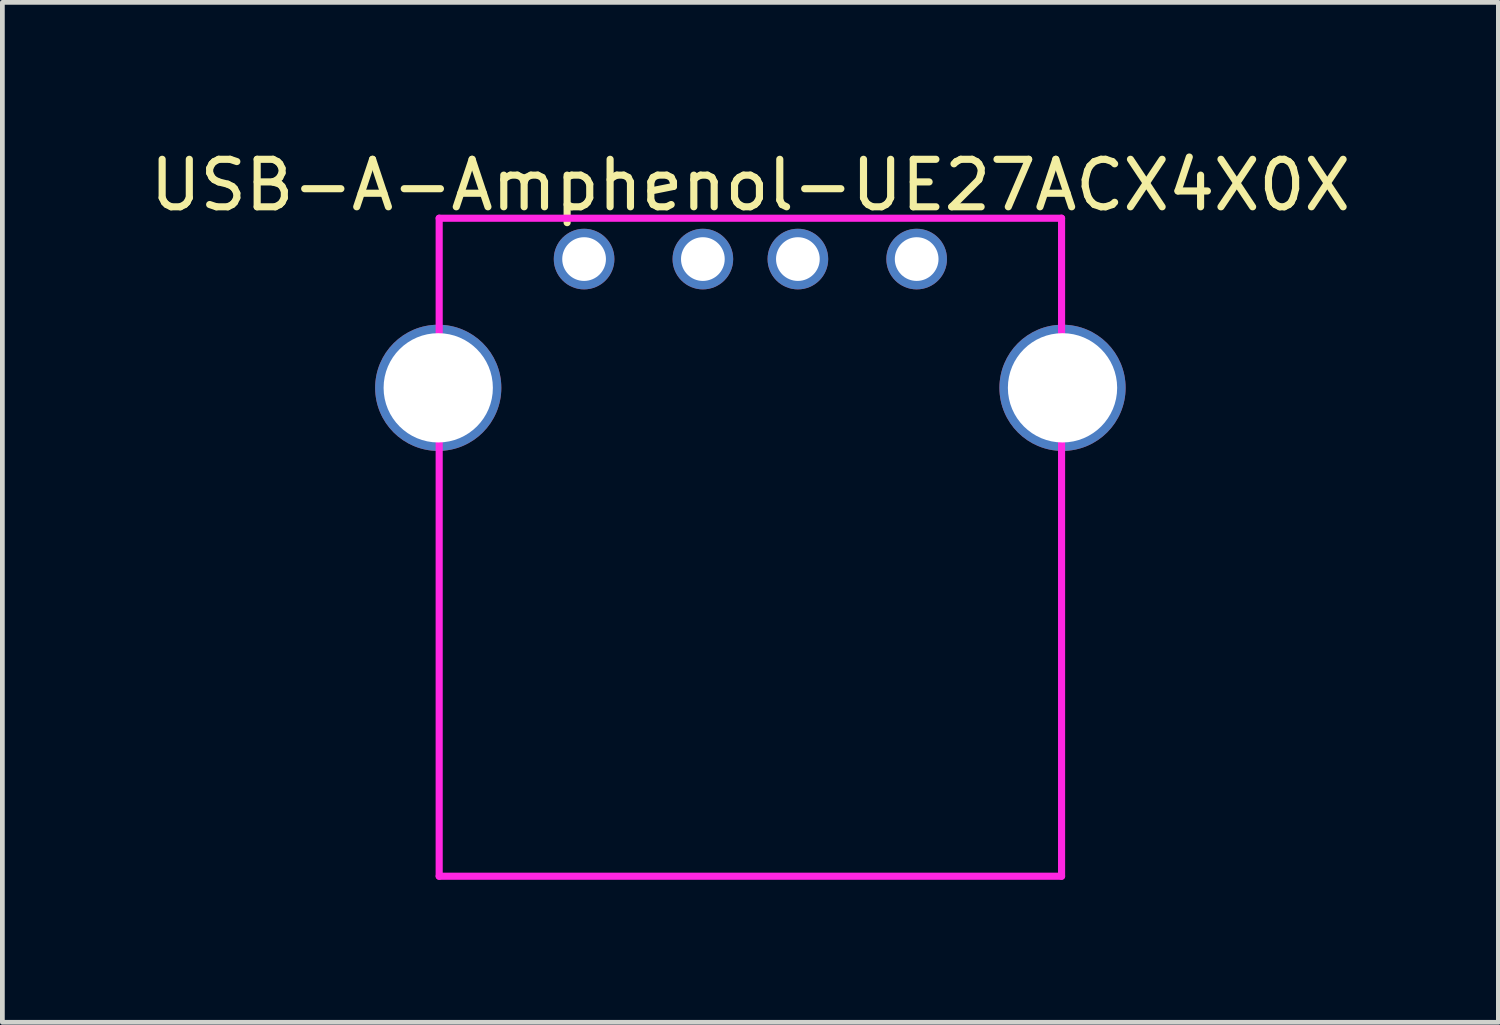
<source format=kicad_pcb>
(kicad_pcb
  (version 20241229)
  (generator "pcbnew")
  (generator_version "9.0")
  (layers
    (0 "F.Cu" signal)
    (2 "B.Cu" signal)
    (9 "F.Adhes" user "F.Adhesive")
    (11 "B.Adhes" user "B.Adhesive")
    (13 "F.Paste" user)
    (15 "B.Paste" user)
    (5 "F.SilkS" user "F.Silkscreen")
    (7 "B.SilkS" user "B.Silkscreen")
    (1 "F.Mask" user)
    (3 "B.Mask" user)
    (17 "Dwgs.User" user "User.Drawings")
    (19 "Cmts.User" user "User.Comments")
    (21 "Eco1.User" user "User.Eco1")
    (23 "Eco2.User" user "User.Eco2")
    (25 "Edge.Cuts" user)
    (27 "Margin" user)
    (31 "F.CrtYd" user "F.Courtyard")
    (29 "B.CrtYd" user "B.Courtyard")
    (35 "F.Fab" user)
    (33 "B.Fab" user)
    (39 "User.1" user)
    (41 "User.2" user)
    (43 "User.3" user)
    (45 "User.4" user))
  (footprint "USB-A-Amphenol-UE27ACX4X0X"
    (layer "F.Cu")
    (at 12.744 8.468)
    (property "Reference" "USB-A-Amphenol-UE27ACX4X0X" (at 0 -7.62 0) (layer "F.SilkS") (effects (font (size 1 1) (thickness 0.15))))
    (attr through_hole)
    (fp_line (start -6.55 -6.925) (end 6.55 -6.925) (stroke (width 0.15) (type solid)) (layer "F.CrtYd"))
    (fp_line (start -6.55 6.925) (end -6.55 -6.925) (stroke (width 0.15) (type solid)) (layer "F.CrtYd"))
    (fp_line (start -6.55 6.925) (end 6.55 6.925) (stroke (width 0.15) (type solid)) (layer "F.CrtYd"))
    (fp_line (start 6.55 6.925) (end 6.55 -6.925) (stroke (width 0.15) (type solid)) (layer "F.CrtYd"))
    (pad "1" thru_hole circle (at -3.5 -6.065) (size 1.276 1.276) (drill 0.92) (layers "*.Cu" "*.Mask"))
    (pad "2" thru_hole circle (at -1 -6.065) (size 1.276 1.276) (drill 0.92) (layers "*.Cu" "*.Mask"))
    (pad "3" thru_hole circle (at 1 -6.065) (size 1.276 1.276) (drill 0.92) (layers "*.Cu" "*.Mask"))
    (pad "4" thru_hole circle (at 3.5 -6.065) (size 1.276 1.276) (drill 0.92) (layers "*.Cu" "*.Mask"))
    (pad "5" thru_hole circle (at -6.57 -3.355) (size 2.656 2.656) (drill 2.3) (layers "*.Cu" "*.Mask"))
    (pad "5" thru_hole circle (at 6.57 -3.355) (size 2.656 2.656) (drill 2.3) (layers "*.Cu" "*.Mask")))
  (gr_rect
    (start -3 -3)
    (end 28.488 18.468)
    (stroke (width 0.1) (type default))
    (fill no)
    (layer "Edge.Cuts")))
</source>
